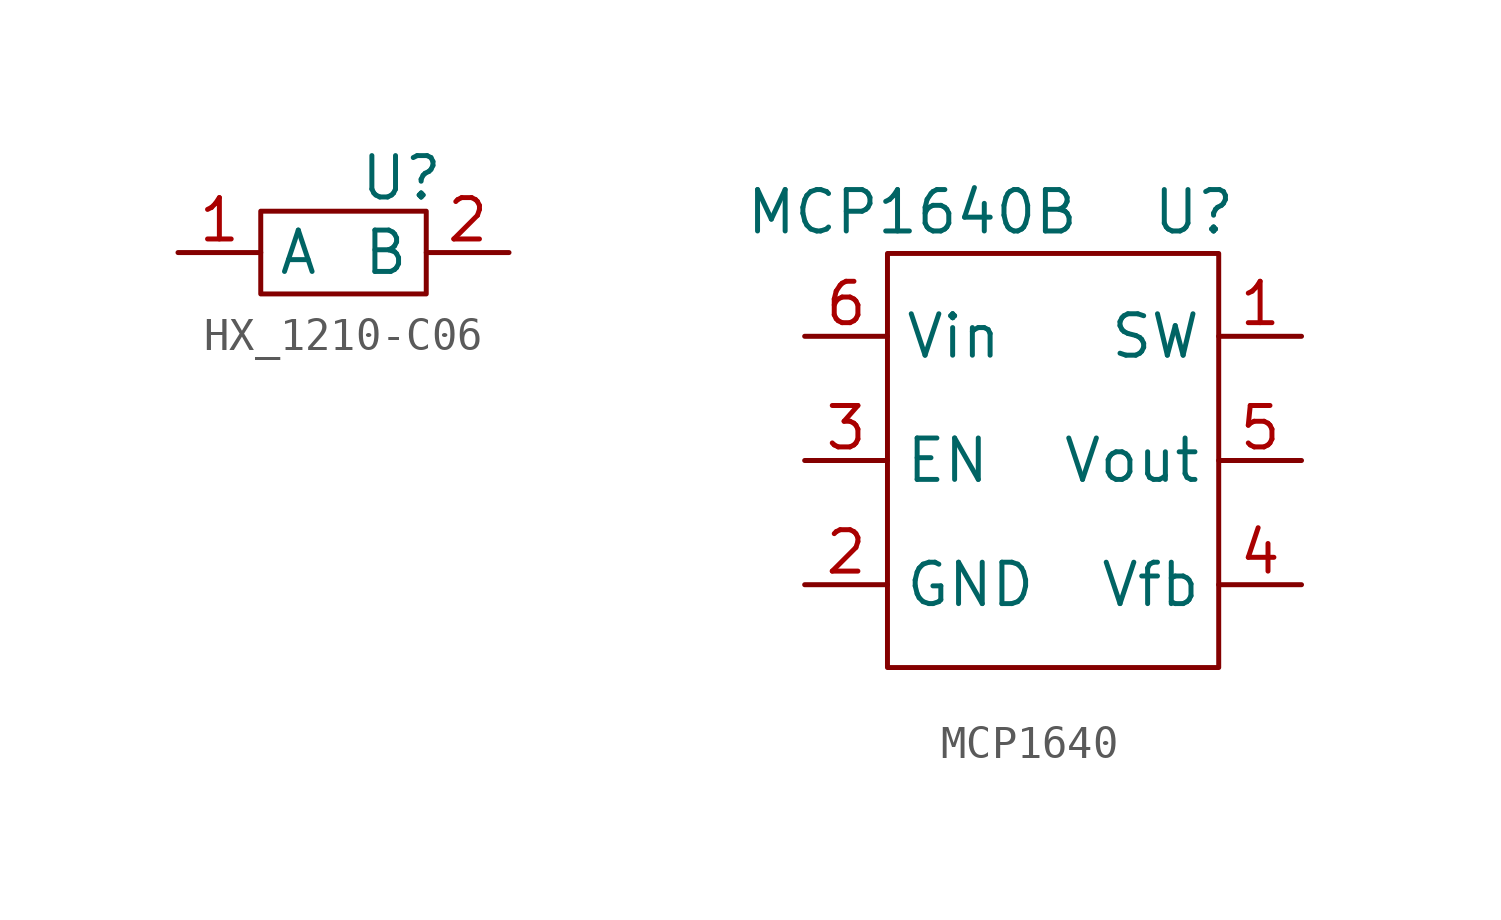
<source format=kicad_sym>
(kicad_symbol_lib
  (version 20241209)
  (generator "kicad_symbol_editor")
  (generator_version "9.0")
  (symbol "HX_1210-C06"
    (property "Reference" "U"
      (at 1.778 1.016 0)
      (effects (font (size 1.27 1.27))))
    (property "Value" ""
      (at 0 0 0)
      (effects (font (size 1.27 1.27))))
    (symbol "HX_1210-C06_0_1"
      (rectangle (start -2.54 0) (end 2.54 -2.54) (stroke (width 0) (type default)) (fill (type none))))
    (symbol "HX_1210-C06_1_1"
      (pin passive line (at -5.08 -1.27 0) (length 2.54) (name "A" (effects (font (size 1.27 1.27)))) (number "1" (effects (font (size 1.27 1.27)))))
      (pin passive line (at 5.08 -1.27 180) (length 2.54) (name "B" (effects (font (size 1.27 1.27)))) (number "2" (effects (font (size 1.27 1.27)))))))
  (symbol "MCP1640"
    (property "Reference" "U"
      (at 4.318 5.08 0)
      (effects (font (size 1.27 1.27))))
    (property "Value" "MCP1640B"
      (at -4.318 5.08 0)
      (effects (font (size 1.27 1.27))))
    (symbol "MCP1640_0_1"
      (rectangle (start -5.08 3.81) (end 5.08 -8.89) (stroke (width 0) (type default)) (fill (type none))))
    (symbol "MCP1640_1_1"
      (pin input line (at -7.62 1.27 0) (length 2.54) (name "Vin" (effects (font (size 1.27 1.27)))) (number "6" (effects (font (size 1.27 1.27)))))
      (pin input line (at -7.62 -2.54 0) (length 2.54) (name "EN" (effects (font (size 1.27 1.27)))) (number "3" (effects (font (size 1.27 1.27)))))
      (pin passive line (at -7.62 -6.35 0) (length 2.54) (name "GND" (effects (font (size 1.27 1.27)))) (number "2" (effects (font (size 1.27 1.27)))))
      (pin passive line (at 7.62 1.27 180) (length 2.54) (name "SW" (effects (font (size 1.27 1.27)))) (number "1" (effects (font (size 1.27 1.27)))))
      (pin output line (at 7.62 -2.54 180) (length 2.54) (name "Vout" (effects (font (size 1.27 1.27)))) (number "5" (effects (font (size 1.27 1.27)))))
      (pin input line (at 7.62 -6.35 180) (length 2.54) (name "Vfb" (effects (font (size 1.27 1.27)))) (number "4" (effects (font (size 1.27 1.27))))))))
</source>
